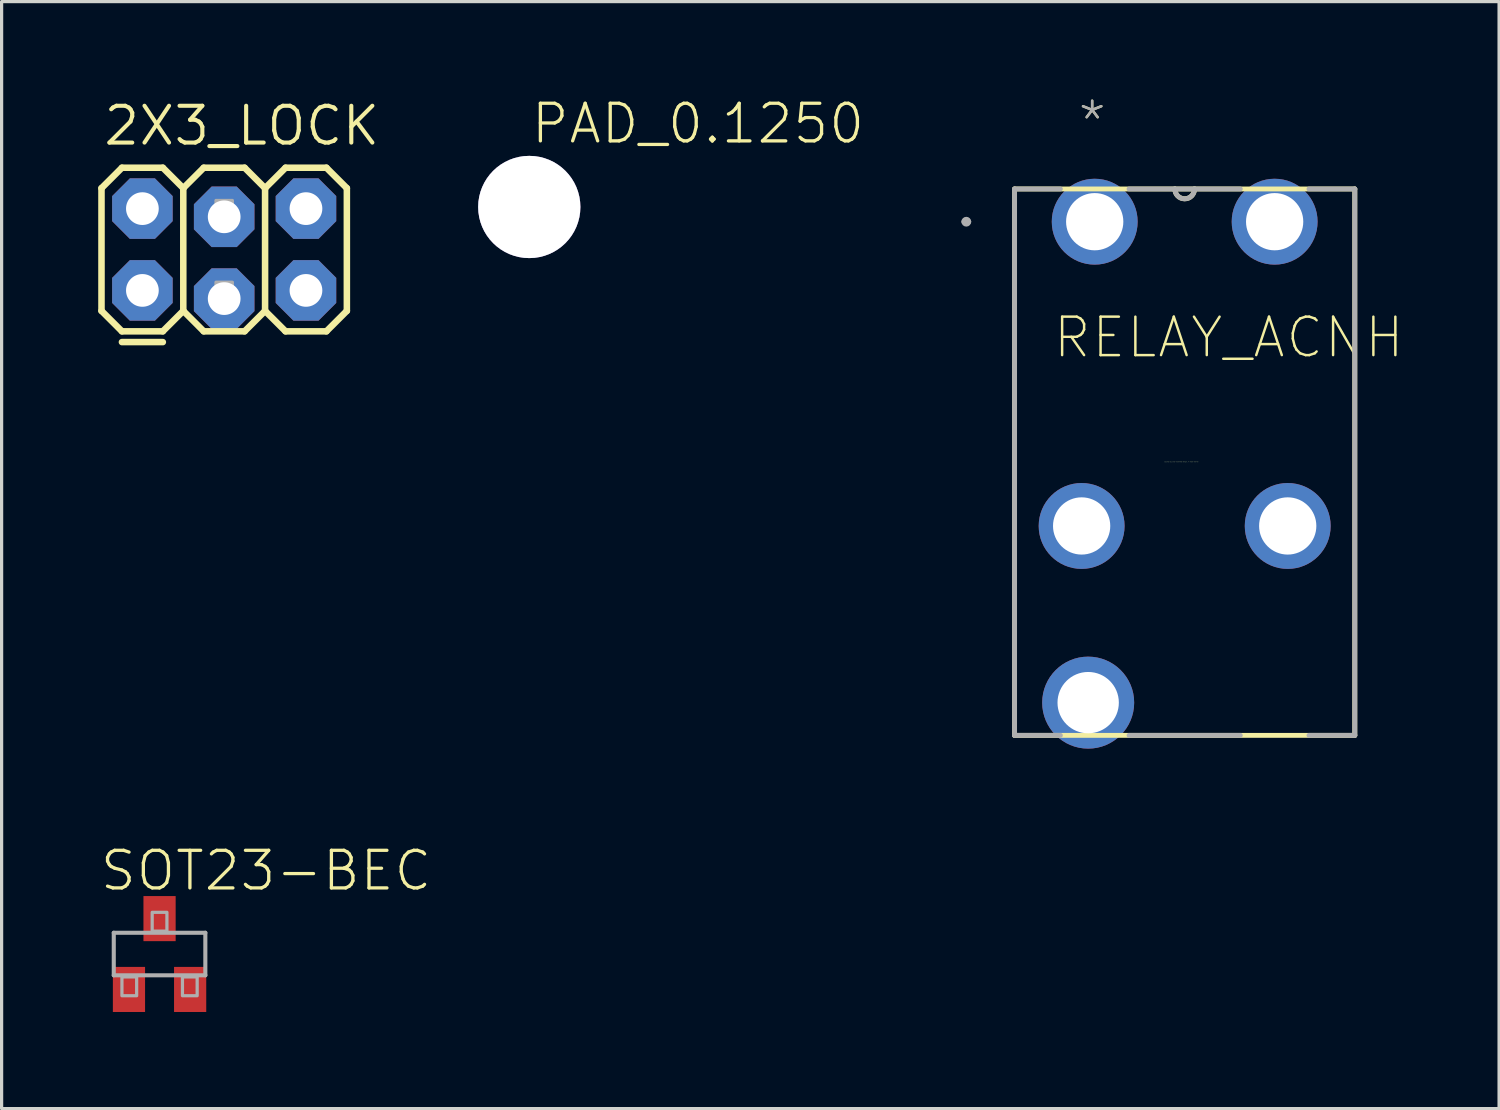
<source format=kicad_pcb>
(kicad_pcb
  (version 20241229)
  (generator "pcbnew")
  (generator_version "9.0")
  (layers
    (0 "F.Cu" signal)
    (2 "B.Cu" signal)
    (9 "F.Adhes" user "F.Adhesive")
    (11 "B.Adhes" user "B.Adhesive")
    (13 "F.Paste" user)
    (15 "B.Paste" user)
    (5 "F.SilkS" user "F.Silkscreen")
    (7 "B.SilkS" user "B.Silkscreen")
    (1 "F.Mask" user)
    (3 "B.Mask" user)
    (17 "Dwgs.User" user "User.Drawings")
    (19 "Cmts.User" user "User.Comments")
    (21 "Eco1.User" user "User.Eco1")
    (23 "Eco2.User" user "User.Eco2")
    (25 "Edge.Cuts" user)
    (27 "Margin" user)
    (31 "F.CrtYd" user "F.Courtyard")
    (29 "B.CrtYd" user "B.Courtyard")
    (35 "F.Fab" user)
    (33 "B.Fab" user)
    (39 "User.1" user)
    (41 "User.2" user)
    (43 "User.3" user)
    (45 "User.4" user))
  (footprint "RELAY_ACNH"
    (layer "F.Cu")
    (at 33.741 11.303)
    (property "Reference" "RELAY_ACNH" (at -4.14 -3.175 0) (unlocked yes) (layer "F.SilkS") (effects (font (size 1.194 1.194) (thickness 0.076)) (justify left bottom)))
    (fp_line (start -5.283 -8.484) (end -5.283 8.484) (stroke (width 0.152) (type solid)) (layer "F.SilkS"))
    (fp_line (start -5.283 8.484) (end 5.283 8.484) (stroke (width 0.152) (type solid)) (layer "F.SilkS"))
    (fp_line (start -0.305 -8.484) (end -5.283 -8.484) (stroke (width 0.152) (type solid)) (layer "F.SilkS"))
    (fp_line (start 0.305 -8.484) (end -0.305 -8.484) (stroke (width 0.152) (type solid)) (layer "F.SilkS"))
    (fp_line (start 5.283 -8.484) (end 0.305 -8.484) (stroke (width 0.152) (type solid)) (layer "F.SilkS"))
    (fp_line (start 5.283 8.484) (end 5.283 -8.484) (stroke (width 0.152) (type solid)) (layer "F.SilkS"))
    (fp_arc (start -6.858 -7.4676) (mid -6.7818 -7.5438) (end -6.7056 -7.4676) (stroke (width 0.1) (type solid)) (layer "F.SilkS"))
    (fp_arc (start -6.7056 -7.4676) (mid -6.7818 -7.3914) (end -6.858 -7.4676) (stroke (width 0.1) (type solid)) (layer "F.SilkS"))
    (fp_arc (start 0.3048 -8.4836) (mid 0 -8.1788) (end -0.3048 -8.4836) (stroke (width 0.1524) (type solid)) (layer "F.SilkS"))
    (fp_line (start -5.283 -8.484) (end -5.283 8.484) (stroke (width 0.152) (type solid)) (layer "F.Fab"))
    (fp_line (start -5.283 8.484) (end -3.861 8.484) (stroke (width 0.152) (type solid)) (layer "F.Fab"))
    (fp_line (start -3.861 -8.484) (end -5.283 -8.484) (stroke (width 0.152) (type solid)) (layer "F.Fab"))
    (fp_line (start -1.727 8.484) (end 1.727 8.484) (stroke (width 0.152) (type solid)) (layer "F.Fab"))
    (fp_line (start -0.305 -8.484) (end -1.727 -8.484) (stroke (width 0.152) (type solid)) (layer "F.Fab"))
    (fp_line (start 0.305 -8.484) (end -0.305 -8.484) (stroke (width 0.152) (type solid)) (layer "F.Fab"))
    (fp_line (start 1.727 -8.484) (end 0.305 -8.484) (stroke (width 0.152) (type solid)) (layer "F.Fab"))
    (fp_line (start 3.861 8.484) (end 5.283 8.484) (stroke (width 0.152) (type solid)) (layer "F.Fab"))
    (fp_line (start 5.283 -8.484) (end 3.861 -8.484) (stroke (width 0.152) (type solid)) (layer "F.Fab"))
    (fp_line (start 5.283 8.484) (end 5.283 -8.484) (stroke (width 0.152) (type solid)) (layer "F.Fab"))
    (fp_arc (start -6.858 -7.4676) (mid -6.7818 -7.5438) (end -6.7056 -7.4676) (stroke (width 0.1524) (type solid)) (layer "F.Fab"))
    (fp_arc (start -6.7056 -7.4676) (mid -6.7818 -7.3914) (end -6.858 -7.4676) (stroke (width 0.1524) (type solid)) (layer "F.Fab"))
    (fp_arc (start 0.3048 -8.4836) (mid 0 -8.1788) (end -0.3048 -8.4836) (stroke (width 0.1524) (type solid)) (layer "F.Fab"))
    (fp_text user "*" (at -3.378 -9.881 0) (layer "F.SilkS") (effects (font (size 1.194 1.194) (thickness 0.076)) (justify left bottom)))
    (fp_text user "Copyright (C) 2015 Accelerated Designs. All rights reserved" (at -0.635 0 0) (layer "F.SilkS") (effects (font (size 0.023 0.023) (thickness 0.002)) (justify left bottom)))
    (fp_text user "*" (at -3.378 -9.881 0) (layer "F.Fab") (effects (font (size 1.194 1.194) (thickness 0.076)) (justify left bottom)))
    (pad "1" thru_hole circle (at -2.794 -7.468) (size 2.667 2.667) (drill 1.778) (layers "*.Cu" "*.Mask"))
    (pad "2" thru_hole circle (at -3.2 1.981) (size 2.667 2.667) (drill 1.778) (layers "*.Cu" "*.Mask"))
    (pad "3" thru_hole circle (at -2.997 7.468) (size 2.857 2.857) (drill 1.905) (layers "*.Cu" "*.Mask"))
    (pad "5" thru_hole circle (at 3.2 1.981 180) (size 2.667 2.667) (drill 1.778) (layers "*.Cu" "*.Mask"))
    (pad "6" thru_hole circle (at 2.794 -7.468) (size 2.667 2.667) (drill 1.778) (layers "*.Cu" "*.Mask")))
  (footprint "SOT23-BEC"
    (layer "F.Cu")
    (at 1.905 26.578)
    (property "Reference" "SOT23-BEC" (at -1.905 -1.905 0) (unlocked yes) (layer "F.SilkS") (effects (font (size 1.168 1.168) (thickness 0.102)) (justify left bottom)))
    (fp_line (start -1.422 -0.66) (end 1.422 -0.66) (stroke (width 0.127) (type solid)) (layer "F.Fab"))
    (fp_line (start -1.422 0.66) (end -1.422 -0.66) (stroke (width 0.127) (type solid)) (layer "F.Fab"))
    (fp_line (start 1.422 -0.66) (end 1.422 0.66) (stroke (width 0.127) (type solid)) (layer "F.Fab"))
    (fp_line (start 1.422 0.66) (end -1.422 0.66) (stroke (width 0.127) (type solid)) (layer "F.Fab"))
    (fp_poly (pts (xy -1.168 1.295) (xy -0.711 1.295) (xy -0.711 0.711) (xy -1.168 0.711)) (stroke (width 0.1) (type default)) (fill no) (layer "F.Fab"))
    (fp_poly (pts (xy -0.229 -0.711) (xy 0.229 -0.711) (xy 0.229 -1.295) (xy -0.229 -1.295)) (stroke (width 0.1) (type default)) (fill no) (layer "F.Fab"))
    (fp_poly (pts (xy 0.711 1.295) (xy 1.168 1.295) (xy 1.168 0.711) (xy 0.711 0.711)) (stroke (width 0.1) (type default)) (fill no) (layer "F.Fab"))
    (pad "B" smd rect (at -0.95 1.1) (size 1 1.4) (layers "F.Cu" "F.Mask" "F.Paste"))
    (pad "C" smd rect (at 0 -1.1) (size 1 1.4) (layers "F.Cu" "F.Mask" "F.Paste"))
    (pad "E" smd rect (at 0.95 1.1) (size 1 1.4) (layers "F.Cu" "F.Mask" "F.Paste")))
  (footprint "2X3_LOCK"
    (layer "F.Cu")
    (at 1.372 5.969)
    (property "Reference" "2X3_LOCK" (at -1.27 -4.445 0) (unlocked yes) (layer "F.SilkS") (effects (font (size 1.143 1.143) (thickness 0.127)) (justify left bottom)))
    (fp_line (start -1.27 -3.175) (end -0.635 -3.81) (stroke (width 0.203) (type solid)) (layer "F.SilkS"))
    (fp_line (start -1.27 0.635) (end -1.27 -3.175) (stroke (width 0.203) (type solid)) (layer "F.SilkS"))
    (fp_line (start -1.27 0.635) (end -0.635 1.27) (stroke (width 0.203) (type solid)) (layer "F.SilkS"))
    (fp_line (start -0.635 -3.81) (end 0.635 -3.81) (stroke (width 0.203) (type solid)) (layer "F.SilkS"))
    (fp_line (start -0.635 1.27) (end 0.635 1.27) (stroke (width 0.203) (type solid)) (layer "F.SilkS"))
    (fp_line (start 0.635 -3.81) (end 1.27 -3.175) (stroke (width 0.203) (type solid)) (layer "F.SilkS"))
    (fp_line (start 0.635 1.27) (end 1.27 0.635) (stroke (width 0.203) (type solid)) (layer "F.SilkS"))
    (fp_line (start 0.635 1.605) (end -0.635 1.605) (stroke (width 0.203) (type solid)) (layer "F.SilkS"))
    (fp_line (start 1.27 -3.175) (end 1.27 0.635) (stroke (width 0.203) (type solid)) (layer "F.SilkS"))
    (fp_line (start 1.27 -3.175) (end 1.905 -3.81) (stroke (width 0.203) (type solid)) (layer "F.SilkS"))
    (fp_line (start 1.27 0.635) (end 1.905 1.27) (stroke (width 0.203) (type solid)) (layer "F.SilkS"))
    (fp_line (start 1.905 -3.81) (end 3.175 -3.81) (stroke (width 0.203) (type solid)) (layer "F.SilkS"))
    (fp_line (start 1.905 1.27) (end 3.175 1.27) (stroke (width 0.203) (type solid)) (layer "F.SilkS"))
    (fp_line (start 3.175 -3.81) (end 3.81 -3.175) (stroke (width 0.203) (type solid)) (layer "F.SilkS"))
    (fp_line (start 3.175 1.27) (end 3.81 0.635) (stroke (width 0.203) (type solid)) (layer "F.SilkS"))
    (fp_line (start 3.81 -3.175) (end 3.81 0.635) (stroke (width 0.203) (type solid)) (layer "F.SilkS"))
    (fp_line (start 3.81 -3.175) (end 4.445 -3.81) (stroke (width 0.203) (type solid)) (layer "F.SilkS"))
    (fp_line (start 3.81 0.635) (end 4.445 1.27) (stroke (width 0.203) (type solid)) (layer "F.SilkS"))
    (fp_line (start 4.445 -3.81) (end 5.715 -3.81) (stroke (width 0.203) (type solid)) (layer "F.SilkS"))
    (fp_line (start 4.445 1.27) (end 5.715 1.27) (stroke (width 0.203) (type solid)) (layer "F.SilkS"))
    (fp_line (start 5.715 -3.81) (end 6.35 -3.175) (stroke (width 0.203) (type solid)) (layer "F.SilkS"))
    (fp_line (start 5.715 1.27) (end 6.35 0.635) (stroke (width 0.203) (type solid)) (layer "F.SilkS"))
    (fp_line (start 6.35 -3.175) (end 6.35 0.635) (stroke (width 0.203) (type solid)) (layer "F.SilkS"))
    (fp_poly (pts (xy -0.254 -2.286) (xy 0.254 -2.286) (xy 0.254 -2.794) (xy -0.254 -2.794)) (stroke (width 0.1) (type default)) (fill no) (layer "F.Fab"))
    (fp_poly (pts (xy -0.254 0.254) (xy 0.254 0.254) (xy 0.254 -0.254) (xy -0.254 -0.254)) (stroke (width 0.1) (type default)) (fill no) (layer "F.Fab"))
    (fp_poly (pts (xy 2.286 -2.286) (xy 2.794 -2.286) (xy 2.794 -2.794) (xy 2.286 -2.794)) (stroke (width 0.1) (type default)) (fill no) (layer "F.Fab"))
    (fp_poly (pts (xy 2.286 0.254) (xy 2.794 0.254) (xy 2.794 -0.254) (xy 2.286 -0.254)) (stroke (width 0.1) (type default)) (fill no) (layer "F.Fab"))
    (fp_poly (pts (xy 4.826 -2.286) (xy 5.334 -2.286) (xy 5.334 -2.794) (xy 4.826 -2.794)) (stroke (width 0.1) (type default)) (fill no) (layer "F.Fab"))
    (fp_poly (pts (xy 4.826 0.254) (xy 5.334 0.254) (xy 5.334 -0.254) (xy 4.826 -0.254)) (stroke (width 0.1) (type default)) (fill no) (layer "F.Fab"))
    (pad "1" thru_hole roundrect (at 0 0) (size 1.88 1.88) (drill 1.016) (layers "*.Cu" "*.Mask") (roundrect_rratio 0.25) (chamfer_ratio 0.293) (chamfer top_left top_right bottom_left bottom_right))
    (pad "2" thru_hole roundrect (at 0 -2.54) (size 1.88 1.88) (drill 1.016) (layers "*.Cu" "*.Mask") (roundrect_rratio 0.25) (chamfer_ratio 0.293) (chamfer top_left top_right bottom_left bottom_right))
    (pad "3" thru_hole roundrect (at 2.54 0.254) (size 1.88 1.88) (drill 1.016) (layers "*.Cu" "*.Mask") (roundrect_rratio 0.25) (chamfer_ratio 0.293) (chamfer top_left top_right bottom_left bottom_right))
    (pad "4" thru_hole roundrect (at 2.54 -2.286) (size 1.88 1.88) (drill 1.016) (layers "*.Cu" "*.Mask") (roundrect_rratio 0.25) (chamfer_ratio 0.293) (chamfer top_left top_right bottom_left bottom_right))
    (pad "5" thru_hole roundrect (at 5.08 0) (size 1.88 1.88) (drill 1.016) (layers "*.Cu" "*.Mask") (roundrect_rratio 0.25) (chamfer_ratio 0.293) (chamfer top_left top_right bottom_left bottom_right))
    (pad "6" thru_hole roundrect (at 5.08 -2.54) (size 1.88 1.88) (drill 1.016) (layers "*.Cu" "*.Mask") (roundrect_rratio 0.25) (chamfer_ratio 0.293) (chamfer top_left top_right bottom_left bottom_right)))
  (footprint "PAD_0.1250"
    (layer "F.Cu")
    (at 13.387 3.378)
    (property "Reference" "PAD_0.1250" (at 0 -1.905 0) (unlocked yes) (layer "F.SilkS") (effects (font (size 1.168 1.168) (thickness 0.102)) (justify left bottom)))
    (pad "1" thru_hole circle (at 0 0) (size 3.175 3.175) (drill 3.175) (layers "*.Cu" "*.Mask")))
  (gr_rect
    (start -3 -3)
    (end 43.505 31.378)
    (stroke (width 0.1) (type default))
    (fill no)
    (layer "Edge.Cuts")))
</source>
